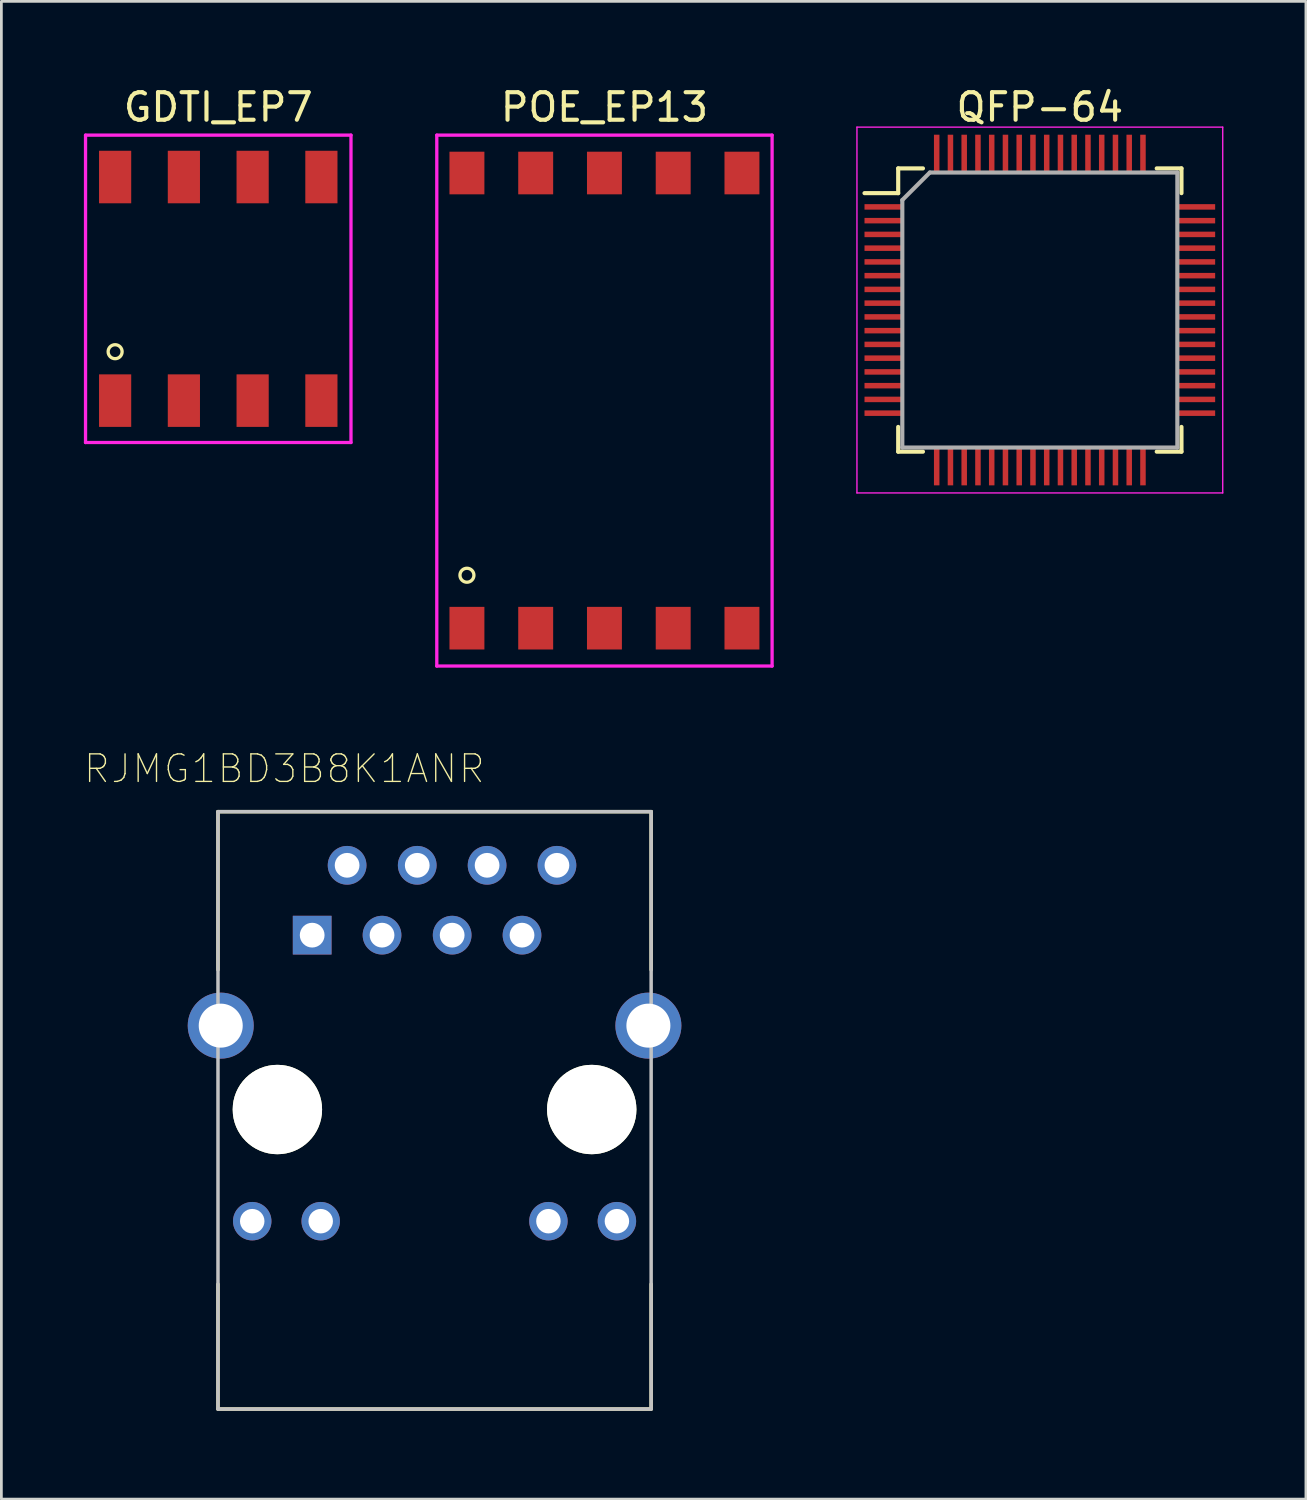
<source format=kicad_pcb>
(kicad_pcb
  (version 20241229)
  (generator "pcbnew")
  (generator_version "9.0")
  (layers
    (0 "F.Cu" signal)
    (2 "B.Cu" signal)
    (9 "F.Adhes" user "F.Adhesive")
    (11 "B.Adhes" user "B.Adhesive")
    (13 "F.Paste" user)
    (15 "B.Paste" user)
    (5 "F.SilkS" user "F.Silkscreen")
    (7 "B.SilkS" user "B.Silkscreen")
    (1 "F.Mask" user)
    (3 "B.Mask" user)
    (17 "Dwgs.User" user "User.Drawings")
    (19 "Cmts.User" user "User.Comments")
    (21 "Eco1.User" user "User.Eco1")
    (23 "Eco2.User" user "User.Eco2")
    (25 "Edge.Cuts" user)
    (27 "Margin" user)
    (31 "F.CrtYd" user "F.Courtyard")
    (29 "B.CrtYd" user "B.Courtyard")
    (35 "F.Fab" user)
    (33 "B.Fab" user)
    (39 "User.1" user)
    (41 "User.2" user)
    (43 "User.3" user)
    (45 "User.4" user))
  (footprint "GDTI_EP7"
    (layer "F.Cu")
    (at 4.886 7.452)
    (property "Reference" "GDTI_EP7" (at 0 -6.604 0) (layer "F.SilkS") (effects (font (size 1 1) (thickness 0.15))))
    (attr through_hole)
    (fp_circle (center -3.75 2.286) (end -3.496 2.286) (stroke (width 0.12) (type solid)) (fill no) (layer "F.SilkS"))
    (fp_line (start -4.826 -5.588) (end -4.826 5.588) (stroke (width 0.12) (type solid)) (layer "F.CrtYd"))
    (fp_line (start -4.826 5.588) (end 4.826 5.588) (stroke (width 0.12) (type solid)) (layer "F.CrtYd"))
    (fp_line (start 4.826 -5.588) (end -4.826 -5.588) (stroke (width 0.12) (type solid)) (layer "F.CrtYd"))
    (fp_line (start 4.826 5.588) (end 4.826 -5.588) (stroke (width 0.12) (type solid)) (layer "F.CrtYd"))
    (pad "1" smd rect (at -3.75 4.065) (size 1.17 1.91) (layers "F.Cu" "F.Mask" "F.Paste"))
    (pad "2" smd rect (at -1.25 4.065) (size 1.17 1.91) (layers "F.Cu" "F.Mask" "F.Paste"))
    (pad "3" smd rect (at 1.25 4.065) (size 1.17 1.91) (layers "F.Cu" "F.Mask" "F.Paste"))
    (pad "4" smd rect (at 3.75 4.065) (size 1.17 1.91) (layers "F.Cu" "F.Mask" "F.Paste"))
    (pad "5" smd rect (at 3.75 -4.065) (size 1.17 1.91) (layers "F.Cu" "F.Mask" "F.Paste"))
    (pad "6" smd rect (at 1.25 -4.065) (size 1.17 1.91) (layers "F.Cu" "F.Mask" "F.Paste"))
    (pad "7" smd rect (at -1.25 -4.065) (size 1.17 1.91) (layers "F.Cu" "F.Mask" "F.Paste"))
    (pad "8" smd rect (at -3.75 -4.065) (size 1.17 1.91) (layers "F.Cu" "F.Mask" "F.Paste")))
  (footprint "RJMG1BD3B8K1ANR"
    (layer "F.Cu")
    (at 12.751 37.293)
    (property "Reference" "RJMG1BD3B8K1ANR" (at -5.463 -12.391 0) (layer "F.SilkS") (effects (font (size 1.001 1.001) (thickness 0.05))))
    (attr through_hole)
    (fp_line (start -7.875 -10.83) (end 7.875 -10.83) (stroke (width 0.127) (type solid)) (layer "F.SilkS"))
    (fp_line (start -7.875 -5.08) (end -7.875 -10.83) (stroke (width 0.127) (type solid)) (layer "F.SilkS"))
    (fp_line (start -7.875 6.35) (end -7.875 10.89) (stroke (width 0.127) (type solid)) (layer "F.SilkS"))
    (fp_line (start -7.875 10.89) (end 7.875 10.89) (stroke (width 0.127) (type solid)) (layer "F.SilkS"))
    (fp_line (start 7.875 -10.83) (end 7.875 -5.08) (stroke (width 0.127) (type solid)) (layer "F.SilkS"))
    (fp_line (start 7.875 10.89) (end 7.875 6.35) (stroke (width 0.127) (type solid)) (layer "F.SilkS"))
    (fp_line (start -7.875 -10.83) (end -7.875 10.89) (stroke (width 0.127) (type solid)) (layer "Dwgs.User"))
    (fp_line (start -7.875 10.89) (end 7.875 10.89) (stroke (width 0.127) (type solid)) (layer "Dwgs.User"))
    (fp_line (start 7.875 -10.83) (end -7.875 -10.83) (stroke (width 0.127) (type solid)) (layer "Dwgs.User"))
    (fp_line (start 7.875 10.89) (end 7.875 -10.83) (stroke (width 0.127) (type solid)) (layer "Dwgs.User"))
    (fp_line (start -9.25 -4.375) (end -8.125 -4.375) (stroke (width 0.05) (type solid)) (layer "Eco1.User"))
    (fp_line (start -9.25 -1.625) (end -9.25 -4.375) (stroke (width 0.05) (type solid)) (layer "Eco1.User"))
    (fp_line (start -8.125 -11.08) (end 8.125 -11.08) (stroke (width 0.05) (type solid)) (layer "Eco1.User"))
    (fp_line (start -8.125 -4.375) (end -8.125 -11.08) (stroke (width 0.05) (type solid)) (layer "Eco1.User"))
    (fp_line (start -8.125 -1.625) (end -9.25 -1.625) (stroke (width 0.05) (type solid)) (layer "Eco1.User"))
    (fp_line (start -8.125 11.14) (end -8.125 -1.625) (stroke (width 0.05) (type solid)) (layer "Eco1.User"))
    (fp_line (start 8.125 -11.08) (end 8.125 -4.375) (stroke (width 0.05) (type solid)) (layer "Eco1.User"))
    (fp_line (start 8.125 -4.375) (end 9.25 -4.375) (stroke (width 0.05) (type solid)) (layer "Eco1.User"))
    (fp_line (start 8.125 -1.625) (end 8.125 11.14) (stroke (width 0.05) (type solid)) (layer "Eco1.User"))
    (fp_line (start 8.125 11.14) (end -8.125 11.14) (stroke (width 0.05) (type solid)) (layer "Eco1.User"))
    (fp_line (start 9.25 -4.375) (end 9.25 -1.625) (stroke (width 0.05) (type solid)) (layer "Eco1.User"))
    (fp_line (start 9.25 -1.625) (end 8.125 -1.625) (stroke (width 0.05) (type solid)) (layer "Eco1.User"))
    (pad "" np_thru_hole circle (at -5.715 0) (size 3.25 3.25) (drill 3.25) (layers "*.Cu" "*.Mask" "F.SilkS"))
    (pad "" np_thru_hole circle (at 5.715 0) (size 3.25 3.25) (drill 3.25) (layers "*.Cu" "*.Mask" "F.SilkS"))
    (pad "1" thru_hole rect (at -4.45 -6.34) (size 1.408 1.408) (drill 0.9) (layers "*.Cu" "*.Mask"))
    (pad "2" thru_hole circle (at -3.18 -8.88) (size 1.408 1.408) (drill 0.9) (layers "*.Cu" "*.Mask"))
    (pad "3" thru_hole circle (at -1.91 -6.34) (size 1.408 1.408) (drill 0.9) (layers "*.Cu" "*.Mask"))
    (pad "4" thru_hole circle (at -0.63 -8.88) (size 1.408 1.408) (drill 0.9) (layers "*.Cu" "*.Mask"))
    (pad "5" thru_hole circle (at 0.64 -6.34) (size 1.408 1.408) (drill 0.9) (layers "*.Cu" "*.Mask"))
    (pad "6" thru_hole circle (at 1.91 -8.88) (size 1.408 1.408) (drill 0.9) (layers "*.Cu" "*.Mask"))
    (pad "7" thru_hole circle (at 3.18 -6.34) (size 1.408 1.408) (drill 0.9) (layers "*.Cu" "*.Mask"))
    (pad "8" thru_hole circle (at 4.45 -8.88) (size 1.408 1.408) (drill 0.9) (layers "*.Cu" "*.Mask"))
    (pad "9" thru_hole circle (at -6.63 4.06) (size 1.398 1.398) (drill 0.89) (layers "*.Cu" "*.Mask"))
    (pad "10" thru_hole circle (at -4.14 4.06) (size 1.398 1.398) (drill 0.89) (layers "*.Cu" "*.Mask"))
    (pad "11" thru_hole circle (at 4.14 4.06) (size 1.398 1.398) (drill 0.89) (layers "*.Cu" "*.Mask"))
    (pad "12" thru_hole circle (at 6.63 4.06) (size 1.398 1.398) (drill 0.89) (layers "*.Cu" "*.Mask"))
    (pad "SH" thru_hole circle (at -7.775 -3.05) (size 2.4 2.4) (drill 1.6) (layers "*.Cu" "*.Mask"))
    (pad "SH" thru_hole circle (at 7.775 -3.05) (size 2.4 2.4) (drill 1.6) (layers "*.Cu" "*.Mask")))
  (footprint "POE_EP13"
    (layer "F.Cu")
    (at 18.928 11.516)
    (property "Reference" "POE_EP13" (at 0 -10.668 0) (layer "F.SilkS") (effects (font (size 1 1) (thickness 0.15))))
    (attr through_hole)
    (fp_circle (center -5 6.35) (end -4.746 6.35) (stroke (width 0.12) (type solid)) (fill no) (layer "F.SilkS"))
    (fp_line (start -6.096 -9.652) (end -6.096 9.652) (stroke (width 0.12) (type solid)) (layer "F.CrtYd"))
    (fp_line (start -6.096 9.652) (end 6.096 9.652) (stroke (width 0.12) (type solid)) (layer "F.CrtYd"))
    (fp_line (start 6.096 -9.652) (end -6.096 -9.652) (stroke (width 0.12) (type solid)) (layer "F.CrtYd"))
    (fp_line (start 6.096 9.652) (end 6.096 -9.652) (stroke (width 0.12) (type solid)) (layer "F.CrtYd"))
    (pad "1" smd rect (at -5 8.275) (size 1.27 1.55) (layers "F.Cu" "F.Mask" "F.Paste"))
    (pad "2" smd rect (at -2.5 8.275) (size 1.27 1.55) (layers "F.Cu" "F.Mask" "F.Paste"))
    (pad "3" smd rect (at 0 8.275) (size 1.27 1.55) (layers "F.Cu" "F.Mask" "F.Paste"))
    (pad "4" smd rect (at 2.5 8.275) (size 1.27 1.55) (layers "F.Cu" "F.Mask" "F.Paste"))
    (pad "5" smd rect (at 5 8.275) (size 1.27 1.55) (layers "F.Cu" "F.Mask" "F.Paste"))
    (pad "6" smd rect (at 5 -8.275) (size 1.27 1.55) (layers "F.Cu" "F.Mask" "F.Paste"))
    (pad "7" smd rect (at 2.5 -8.275) (size 1.27 1.55) (layers "F.Cu" "F.Mask" "F.Paste"))
    (pad "8" smd rect (at 0 -8.275) (size 1.27 1.55) (layers "F.Cu" "F.Mask" "F.Paste"))
    (pad "9" smd rect (at -2.5 -8.275) (size 1.27 1.55) (layers "F.Cu" "F.Mask" "F.Paste"))
    (pad "10" smd rect (at -5 -8.275) (size 1.27 1.55) (layers "F.Cu" "F.Mask" "F.Paste")))
  (footprint "QFP-64"
    (layer "F.Cu")
    (at 34.759 8.223)
    (property "Reference" "QFP-64" (at 0 -7.375 0) (layer "F.SilkS") (effects (font (size 1 1) (thickness 0.15))))
    (attr smd)
    (fp_line (start -5.15 -5.15) (end -5.15 -4.25) (stroke (width 0.15) (type solid)) (layer "F.SilkS"))
    (fp_line (start -5.15 -4.25) (end -6.375 -4.25) (stroke (width 0.15) (type solid)) (layer "F.SilkS"))
    (fp_line (start -5.15 5.15) (end -5.15 4.25) (stroke (width 0.15) (type solid)) (layer "F.SilkS"))
    (fp_line (start -4.25 -5.15) (end -5.15 -5.15) (stroke (width 0.15) (type solid)) (layer "F.SilkS"))
    (fp_line (start -4.25 5.15) (end -5.15 5.15) (stroke (width 0.15) (type solid)) (layer "F.SilkS"))
    (fp_line (start 4.25 -5.15) (end 5.15 -5.15) (stroke (width 0.15) (type solid)) (layer "F.SilkS"))
    (fp_line (start 4.25 5.15) (end 5.15 5.15) (stroke (width 0.15) (type solid)) (layer "F.SilkS"))
    (fp_line (start 5.15 -5.15) (end 5.15 -4.25) (stroke (width 0.15) (type solid)) (layer "F.SilkS"))
    (fp_line (start 5.15 5.15) (end 5.15 4.25) (stroke (width 0.15) (type solid)) (layer "F.SilkS"))
    (fp_line (start -6.65 -6.65) (end 6.65 -6.65) (stroke (width 0.05) (type solid)) (layer "F.CrtYd"))
    (fp_line (start -6.65 6.65) (end -6.65 -6.65) (stroke (width 0.05) (type solid)) (layer "F.CrtYd"))
    (fp_line (start 6.65 -6.65) (end 6.65 6.65) (stroke (width 0.05) (type solid)) (layer "F.CrtYd"))
    (fp_line (start 6.65 6.65) (end -6.65 6.65) (stroke (width 0.05) (type solid)) (layer "F.CrtYd"))
    (fp_line (start -5 -4) (end -5 5) (stroke (width 0.15) (type solid)) (layer "F.Fab"))
    (fp_line (start -5 5) (end 5 5) (stroke (width 0.15) (type solid)) (layer "F.Fab"))
    (fp_line (start -4 -5) (end -5 -4) (stroke (width 0.15) (type solid)) (layer "F.Fab"))
    (fp_line (start 5 -5) (end -4 -5) (stroke (width 0.15) (type solid)) (layer "F.Fab"))
    (fp_line (start 5 5) (end 5 -5) (stroke (width 0.15) (type solid)) (layer "F.Fab"))
    (pad "1" smd rect (at -5.675 -3.75 90) (size 0.2 1.4) (layers "F.Cu" "F.Mask" "F.Paste"))
    (pad "2" smd rect (at -5.675 -3.25 90) (size 0.2 1.4) (layers "F.Cu" "F.Mask" "F.Paste"))
    (pad "3" smd rect (at -5.675 -2.75 90) (size 0.2 1.4) (layers "F.Cu" "F.Mask" "F.Paste"))
    (pad "4" smd rect (at -5.675 -2.25 90) (size 0.2 1.4) (layers "F.Cu" "F.Mask" "F.Paste"))
    (pad "5" smd rect (at -5.675 -1.75 90) (size 0.2 1.4) (layers "F.Cu" "F.Mask" "F.Paste"))
    (pad "6" smd rect (at -5.675 -1.25 90) (size 0.2 1.4) (layers "F.Cu" "F.Mask" "F.Paste"))
    (pad "7" smd rect (at -5.675 -0.75 90) (size 0.2 1.4) (layers "F.Cu" "F.Mask" "F.Paste"))
    (pad "8" smd rect (at -5.675 -0.25 90) (size 0.2 1.4) (layers "F.Cu" "F.Mask" "F.Paste"))
    (pad "9" smd rect (at -5.675 0.25 90) (size 0.2 1.4) (layers "F.Cu" "F.Mask" "F.Paste"))
    (pad "10" smd rect (at -5.675 0.75 90) (size 0.2 1.4) (layers "F.Cu" "F.Mask" "F.Paste"))
    (pad "11" smd rect (at -5.675 1.25 90) (size 0.2 1.4) (layers "F.Cu" "F.Mask" "F.Paste"))
    (pad "12" smd rect (at -5.675 1.75 90) (size 0.2 1.4) (layers "F.Cu" "F.Mask" "F.Paste"))
    (pad "13" smd rect (at -5.675 2.25 90) (size 0.2 1.4) (layers "F.Cu" "F.Mask" "F.Paste"))
    (pad "14" smd rect (at -5.675 2.75 90) (size 0.2 1.4) (layers "F.Cu" "F.Mask" "F.Paste"))
    (pad "15" smd rect (at -5.675 3.25 90) (size 0.2 1.4) (layers "F.Cu" "F.Mask" "F.Paste"))
    (pad "16" smd rect (at -5.675 3.75 90) (size 0.2 1.4) (layers "F.Cu" "F.Mask" "F.Paste"))
    (pad "17" smd rect (at -3.75 5.675) (size 0.2 1.4) (layers "F.Cu" "F.Mask" "F.Paste"))
    (pad "18" smd rect (at -3.25 5.675) (size 0.2 1.4) (layers "F.Cu" "F.Mask" "F.Paste"))
    (pad "19" smd rect (at -2.75 5.675) (size 0.2 1.4) (layers "F.Cu" "F.Mask" "F.Paste"))
    (pad "20" smd rect (at -2.25 5.675) (size 0.2 1.4) (layers "F.Cu" "F.Mask" "F.Paste"))
    (pad "21" smd rect (at -1.75 5.675) (size 0.2 1.4) (layers "F.Cu" "F.Mask" "F.Paste"))
    (pad "22" smd rect (at -1.25 5.675) (size 0.2 1.4) (layers "F.Cu" "F.Mask" "F.Paste"))
    (pad "23" smd rect (at -0.75 5.675) (size 0.2 1.4) (layers "F.Cu" "F.Mask" "F.Paste"))
    (pad "24" smd rect (at -0.25 5.675) (size 0.2 1.4) (layers "F.Cu" "F.Mask" "F.Paste"))
    (pad "25" smd rect (at 0.25 5.675) (size 0.2 1.4) (layers "F.Cu" "F.Mask" "F.Paste"))
    (pad "26" smd rect (at 0.75 5.675) (size 0.2 1.4) (layers "F.Cu" "F.Mask" "F.Paste"))
    (pad "27" smd rect (at 1.25 5.675) (size 0.2 1.4) (layers "F.Cu" "F.Mask" "F.Paste"))
    (pad "28" smd rect (at 1.75 5.675) (size 0.2 1.4) (layers "F.Cu" "F.Mask" "F.Paste"))
    (pad "29" smd rect (at 2.25 5.675) (size 0.2 1.4) (layers "F.Cu" "F.Mask" "F.Paste"))
    (pad "30" smd rect (at 2.75 5.675) (size 0.2 1.4) (layers "F.Cu" "F.Mask" "F.Paste"))
    (pad "31" smd rect (at 3.25 5.675) (size 0.2 1.4) (layers "F.Cu" "F.Mask" "F.Paste"))
    (pad "32" smd rect (at 3.75 5.675) (size 0.2 1.4) (layers "F.Cu" "F.Mask" "F.Paste"))
    (pad "33" smd rect (at 5.675 3.75 90) (size 0.2 1.4) (layers "F.Cu" "F.Mask" "F.Paste"))
    (pad "34" smd rect (at 5.675 3.25 90) (size 0.2 1.4) (layers "F.Cu" "F.Mask" "F.Paste"))
    (pad "35" smd rect (at 5.675 2.75 90) (size 0.2 1.4) (layers "F.Cu" "F.Mask" "F.Paste"))
    (pad "36" smd rect (at 5.675 2.25 90) (size 0.2 1.4) (layers "F.Cu" "F.Mask" "F.Paste"))
    (pad "37" smd rect (at 5.675 1.75 90) (size 0.2 1.4) (layers "F.Cu" "F.Mask" "F.Paste"))
    (pad "38" smd rect (at 5.675 1.25 90) (size 0.2 1.4) (layers "F.Cu" "F.Mask" "F.Paste"))
    (pad "39" smd rect (at 5.675 0.75 90) (size 0.2 1.4) (layers "F.Cu" "F.Mask" "F.Paste"))
    (pad "40" smd rect (at 5.675 0.25 90) (size 0.2 1.4) (layers "F.Cu" "F.Mask" "F.Paste"))
    (pad "41" smd rect (at 5.675 -0.25 90) (size 0.2 1.4) (layers "F.Cu" "F.Mask" "F.Paste"))
    (pad "42" smd rect (at 5.675 -0.75 90) (size 0.2 1.4) (layers "F.Cu" "F.Mask" "F.Paste"))
    (pad "43" smd rect (at 5.675 -1.25 90) (size 0.2 1.4) (layers "F.Cu" "F.Mask" "F.Paste"))
    (pad "44" smd rect (at 5.675 -1.75 90) (size 0.2 1.4) (layers "F.Cu" "F.Mask" "F.Paste"))
    (pad "45" smd rect (at 5.675 -2.25 90) (size 0.2 1.4) (layers "F.Cu" "F.Mask" "F.Paste"))
    (pad "46" smd rect (at 5.675 -2.75 90) (size 0.2 1.4) (layers "F.Cu" "F.Mask" "F.Paste"))
    (pad "47" smd rect (at 5.675 -3.25 90) (size 0.2 1.4) (layers "F.Cu" "F.Mask" "F.Paste"))
    (pad "48" smd rect (at 5.675 -3.75 90) (size 0.2 1.4) (layers "F.Cu" "F.Mask" "F.Paste"))
    (pad "49" smd rect (at 3.75 -5.675) (size 0.2 1.4) (layers "F.Cu" "F.Mask" "F.Paste"))
    (pad "50" smd rect (at 3.25 -5.675) (size 0.2 1.4) (layers "F.Cu" "F.Mask" "F.Paste"))
    (pad "51" smd rect (at 2.75 -5.675) (size 0.2 1.4) (layers "F.Cu" "F.Mask" "F.Paste"))
    (pad "52" smd rect (at 2.25 -5.675) (size 0.2 1.4) (layers "F.Cu" "F.Mask" "F.Paste"))
    (pad "53" smd rect (at 1.75 -5.675) (size 0.2 1.4) (layers "F.Cu" "F.Mask" "F.Paste"))
    (pad "54" smd rect (at 1.25 -5.675) (size 0.2 1.4) (layers "F.Cu" "F.Mask" "F.Paste"))
    (pad "55" smd rect (at 0.75 -5.675) (size 0.2 1.4) (layers "F.Cu" "F.Mask" "F.Paste"))
    (pad "56" smd rect (at 0.25 -5.675) (size 0.2 1.4) (layers "F.Cu" "F.Mask" "F.Paste"))
    (pad "57" smd rect (at -0.25 -5.675) (size 0.2 1.4) (layers "F.Cu" "F.Mask" "F.Paste"))
    (pad "58" smd rect (at -0.75 -5.675) (size 0.2 1.4) (layers "F.Cu" "F.Mask" "F.Paste"))
    (pad "59" smd rect (at -1.25 -5.675) (size 0.2 1.4) (layers "F.Cu" "F.Mask" "F.Paste"))
    (pad "60" smd rect (at -1.75 -5.675) (size 0.2 1.4) (layers "F.Cu" "F.Mask" "F.Paste"))
    (pad "61" smd rect (at -2.25 -5.675) (size 0.2 1.4) (layers "F.Cu" "F.Mask" "F.Paste"))
    (pad "62" smd rect (at -2.75 -5.675) (size 0.2 1.4) (layers "F.Cu" "F.Mask" "F.Paste"))
    (pad "63" smd rect (at -3.25 -5.675) (size 0.2 1.4) (layers "F.Cu" "F.Mask" "F.Paste"))
    (pad "64" smd rect (at -3.75 -5.675) (size 0.2 1.4) (layers "F.Cu" "F.Mask" "F.Paste")))
  (gr_rect
    (start -3 -3)
    (end 44.434 51.458)
    (stroke (width 0.1) (type default))
    (fill no)
    (layer "Edge.Cuts")))
</source>
